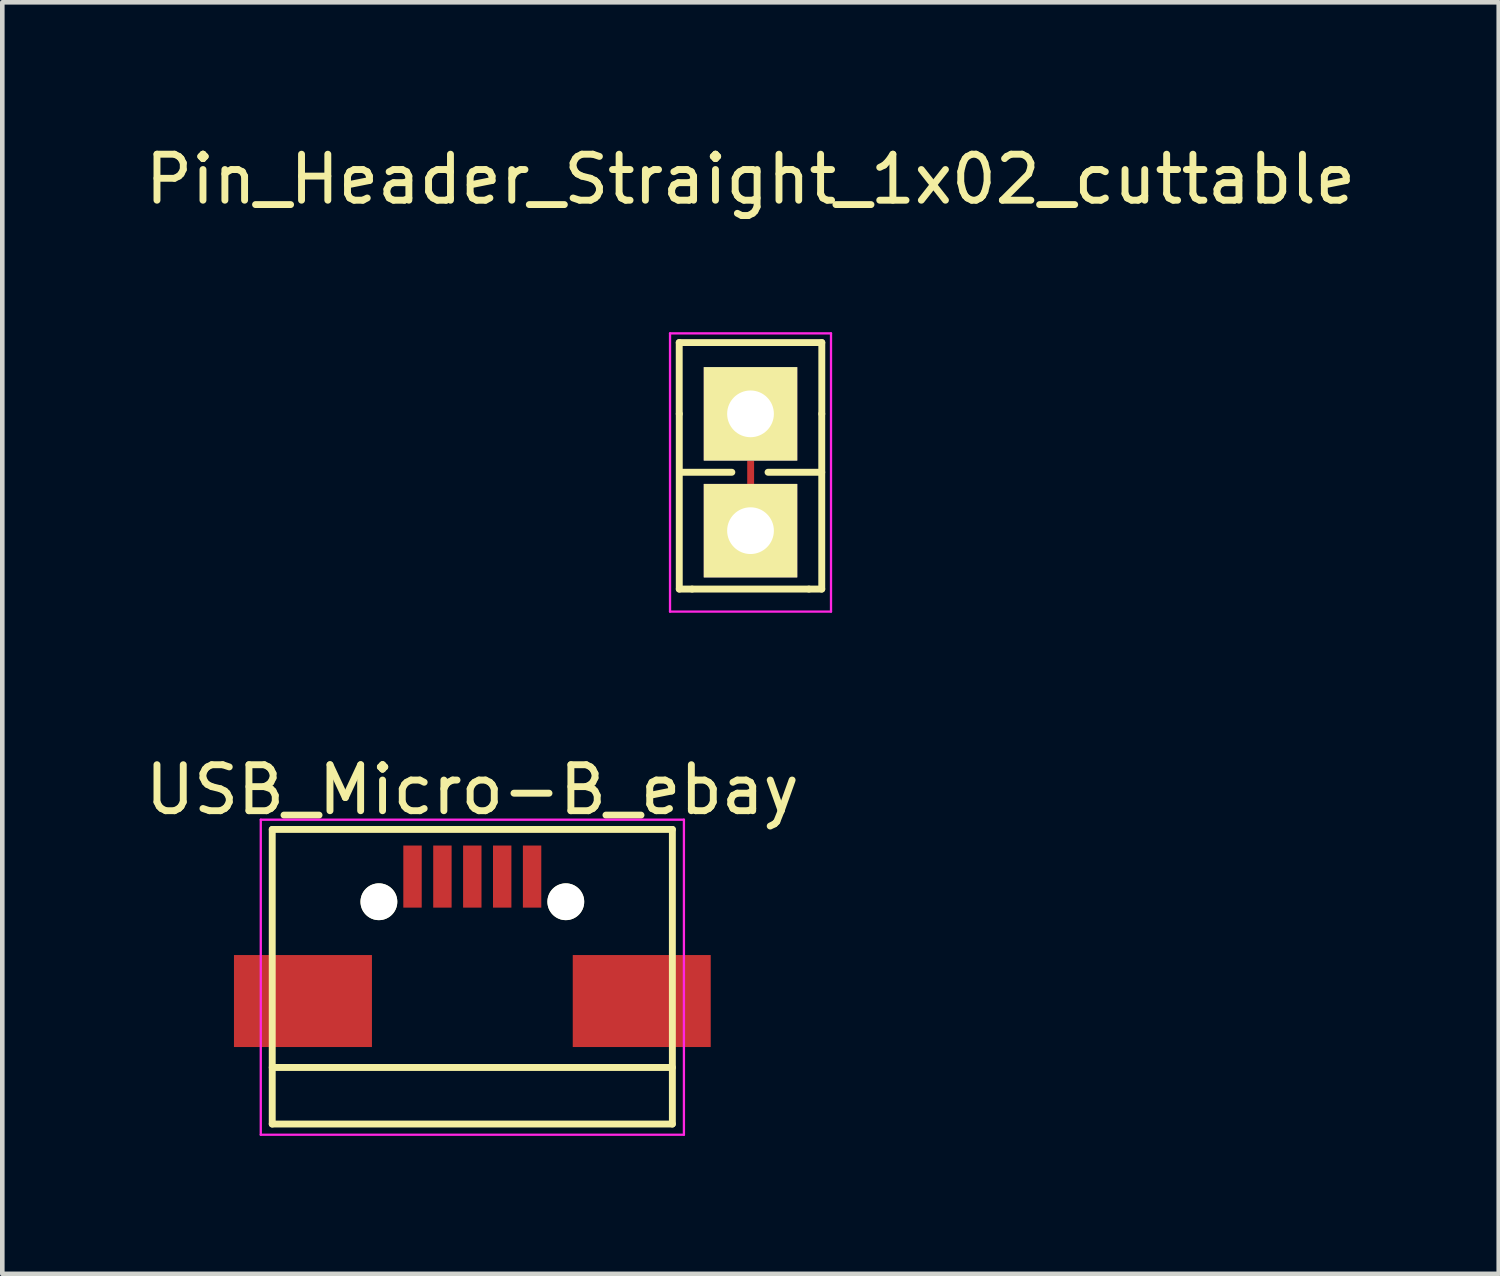
<source format=kicad_pcb>
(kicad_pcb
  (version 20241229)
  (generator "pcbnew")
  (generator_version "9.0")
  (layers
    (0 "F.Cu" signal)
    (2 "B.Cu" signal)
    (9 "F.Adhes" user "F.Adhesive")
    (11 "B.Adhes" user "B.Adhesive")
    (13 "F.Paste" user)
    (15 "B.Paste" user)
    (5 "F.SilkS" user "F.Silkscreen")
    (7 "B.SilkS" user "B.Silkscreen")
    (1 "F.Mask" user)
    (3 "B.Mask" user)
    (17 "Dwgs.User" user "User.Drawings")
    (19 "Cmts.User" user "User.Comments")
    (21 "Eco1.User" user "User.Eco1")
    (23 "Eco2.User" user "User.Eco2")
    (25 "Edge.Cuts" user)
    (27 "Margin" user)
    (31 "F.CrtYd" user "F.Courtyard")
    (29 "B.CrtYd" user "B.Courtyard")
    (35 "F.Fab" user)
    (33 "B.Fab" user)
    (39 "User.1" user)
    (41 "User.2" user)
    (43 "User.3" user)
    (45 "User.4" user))
  (footprint "Pin_Header_Straight_1x02_cuttable"
    (layer "F.Cu")
    (at 13.268 5.948)
    (property "Reference" "Pin_Header_Straight_1x02_cuttable" (at 0 -5.1 0) (layer "F.SilkS") (effects (font (size 1 1) (thickness 0.15))))
    (attr through_hole)
    (fp_line (start 0.003 1.011) (end 0.003 1.534) (stroke (width 0.15) (type solid)) (layer "F.Cu"))
    (fp_line (start -1.55 -1.55) (end 1.55 -1.55) (stroke (width 0.15) (type solid)) (layer "F.SilkS"))
    (fp_line (start -1.55 0) (end -1.55 -1.55) (stroke (width 0.15) (type solid)) (layer "F.SilkS"))
    (fp_line (start -1.549 0) (end -1.549 3.81) (stroke (width 0.15) (type solid)) (layer "F.SilkS"))
    (fp_line (start -1.549 3.81) (end -1.27 3.81) (stroke (width 0.15) (type solid)) (layer "F.SilkS"))
    (fp_line (start -1.524 1.27) (end -0.406 1.27) (stroke (width 0.15) (type solid)) (layer "F.SilkS"))
    (fp_line (start -1.27 3.81) (end 1.27 3.81) (stroke (width 0.15) (type solid)) (layer "F.SilkS"))
    (fp_line (start 1.549 0) (end 1.549 3.81) (stroke (width 0.15) (type solid)) (layer "F.SilkS"))
    (fp_line (start 1.549 1.27) (end 0.381 1.27) (stroke (width 0.15) (type solid)) (layer "F.SilkS"))
    (fp_line (start 1.549 3.81) (end 1.27 3.81) (stroke (width 0.15) (type solid)) (layer "F.SilkS"))
    (fp_line (start 1.55 -1.55) (end 1.55 0) (stroke (width 0.15) (type solid)) (layer "F.SilkS"))
    (fp_line (start -1.75 -1.75) (end -1.75 4.3) (stroke (width 0.05) (type solid)) (layer "F.CrtYd"))
    (fp_line (start -1.75 -1.75) (end 1.75 -1.75) (stroke (width 0.05) (type solid)) (layer "F.CrtYd"))
    (fp_line (start -1.75 4.3) (end 1.75 4.3) (stroke (width 0.05) (type solid)) (layer "F.CrtYd"))
    (fp_line (start 1.75 -1.75) (end 1.75 4.3) (stroke (width 0.05) (type solid)) (layer "F.CrtYd"))
    (pad "1" thru_hole rect (at 0 0) (size 2.032 2.032) (drill 1.016) (layers "*.Cu" "*.Mask" "F.SilkS"))
    (pad "2" thru_hole rect (at 0 2.54) (size 2.032 2.032) (drill 1.016) (layers "*.Cu" "*.Mask" "F.SilkS")))
  (footprint "USB_Micro-B_ebay"
    (layer "F.Cu")
    (at 7.22 17.572)
    (property "Reference" "USB_Micro-B_ebay" (at 0 -3.45 0) (layer "F.SilkS") (effects (font (size 1 1) (thickness 0.15))))
    (attr smd)
    (fp_line (start -4.351 -2.588) (end 4.349 -2.588) (stroke (width 0.15) (type solid)) (layer "F.SilkS"))
    (fp_line (start -4.351 3.817) (end -4.351 -2.588) (stroke (width 0.15) (type solid)) (layer "F.SilkS"))
    (fp_line (start -4.351 3.817) (end 4.349 3.817) (stroke (width 0.15) (type solid)) (layer "F.SilkS"))
    (fp_line (start 4.349 -2.588) (end 4.349 3.817) (stroke (width 0.15) (type solid)) (layer "F.SilkS"))
    (fp_line (start 4.349 2.587) (end -4.351 2.587) (stroke (width 0.15) (type solid)) (layer "F.SilkS"))
    (fp_line (start -4.6 -2.8) (end 4.6 -2.8) (stroke (width 0.05) (type solid)) (layer "F.CrtYd"))
    (fp_line (start -4.6 4.05) (end -4.6 -2.8) (stroke (width 0.05) (type solid)) (layer "F.CrtYd"))
    (fp_line (start 4.6 -2.8) (end 4.6 4.05) (stroke (width 0.05) (type solid)) (layer "F.CrtYd"))
    (fp_line (start 4.6 4.05) (end -4.6 4.05) (stroke (width 0.05) (type solid)) (layer "F.CrtYd"))
    (pad "" np_thru_hole oval (at -2.032 -1.016) (size 0.8 0.8) (drill 0.8) (layers "*.Cu" "*.Mask" "F.SilkS"))
    (pad "" np_thru_hole oval (at 2.032 -1.016) (size 0.8 0.8) (drill 0.8) (layers "*.Cu" "*.Mask" "F.SilkS"))
    (pad "1" smd rect (at -1.301 -1.563 90) (size 1.35 0.4) (layers "F.Cu" "F.Mask" "F.Paste"))
    (pad "2" smd rect (at -0.651 -1.563 90) (size 1.35 0.4) (layers "F.Cu" "F.Mask" "F.Paste"))
    (pad "3" smd rect (at -0.001 -1.563 90) (size 1.35 0.4) (layers "F.Cu" "F.Mask" "F.Paste"))
    (pad "4" smd rect (at 0.649 -1.563 90) (size 1.35 0.4) (layers "F.Cu" "F.Mask" "F.Paste"))
    (pad "5" smd rect (at 1.299 -1.563 90) (size 1.35 0.4) (layers "F.Cu" "F.Mask" "F.Paste"))
    (pad "6" smd rect (at -3.683 1.143) (size 3 2) (layers "F.Cu" "F.Mask" "F.Paste"))
    (pad "6" smd rect (at 3.683 1.143) (size 3 2) (layers "F.Cu" "F.Mask" "F.Paste")))
  (gr_rect
    (start -3 -3)
    (end 29.536 24.646)
    (stroke (width 0.1) (type default))
    (fill no)
    (layer "Edge.Cuts")))
</source>
